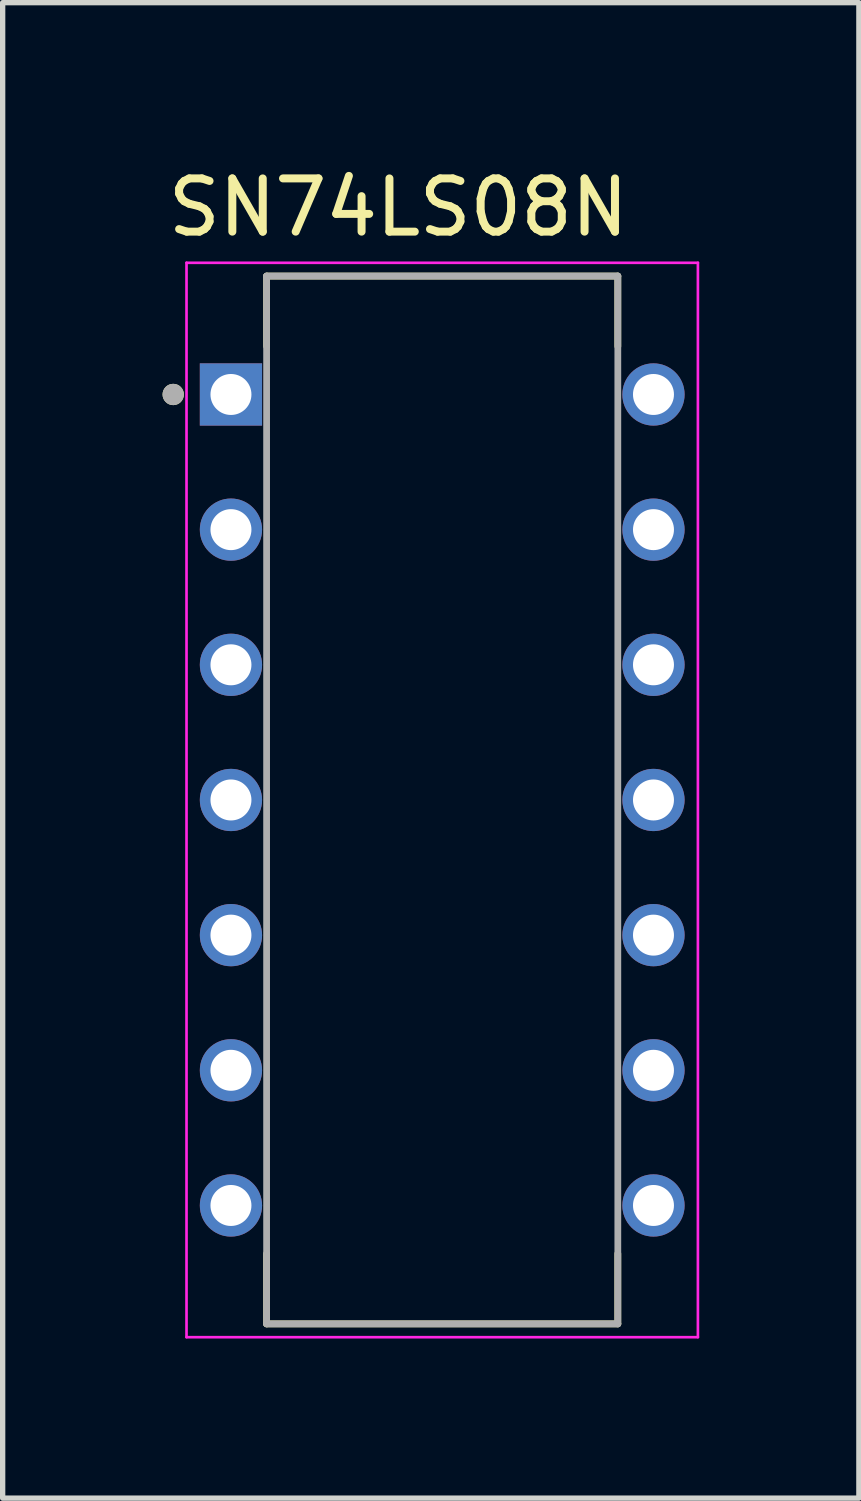
<source format=kicad_pcb>
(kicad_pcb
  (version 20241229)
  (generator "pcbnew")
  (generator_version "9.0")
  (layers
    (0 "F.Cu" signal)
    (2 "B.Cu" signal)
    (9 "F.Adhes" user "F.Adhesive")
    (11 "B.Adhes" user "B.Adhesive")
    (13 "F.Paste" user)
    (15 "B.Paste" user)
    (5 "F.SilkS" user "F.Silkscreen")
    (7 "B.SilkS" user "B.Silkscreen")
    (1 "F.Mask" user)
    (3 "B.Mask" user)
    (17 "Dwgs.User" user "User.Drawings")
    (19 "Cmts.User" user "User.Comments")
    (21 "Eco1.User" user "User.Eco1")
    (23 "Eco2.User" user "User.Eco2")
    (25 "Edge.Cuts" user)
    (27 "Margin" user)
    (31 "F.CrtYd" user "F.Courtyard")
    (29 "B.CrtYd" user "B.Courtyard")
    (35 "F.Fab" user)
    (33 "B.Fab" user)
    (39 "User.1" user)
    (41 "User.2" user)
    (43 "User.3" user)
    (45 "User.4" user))
  (footprint "SN74LS08N"
    (layer "F.Cu")
    (at 5.26 11.983)
    (property "Reference" "SN74LS08N" (at -0.825 -11.135 0) (layer "F.SilkS") (effects (font (size 1 1) (thickness 0.15))))
    (attr through_hole)
    (fp_line (start -3.3 -9.845) (end 3.3 -9.845) (stroke (width 0.127) (type solid)) (layer "F.SilkS"))
    (fp_line (start -3.3 -8.525) (end -3.3 -9.845) (stroke (width 0.127) (type solid)) (layer "F.SilkS"))
    (fp_line (start -3.3 9.845) (end -3.3 8.525) (stroke (width 0.127) (type solid)) (layer "F.SilkS"))
    (fp_line (start 3.3 -9.845) (end 3.3 -8.525) (stroke (width 0.127) (type solid)) (layer "F.SilkS"))
    (fp_line (start 3.3 8.525) (end 3.3 9.845) (stroke (width 0.127) (type solid)) (layer "F.SilkS"))
    (fp_line (start 3.3 9.845) (end -3.3 9.845) (stroke (width 0.127) (type solid)) (layer "F.SilkS"))
    (fp_circle (center -5.055 -7.62) (end -4.955 -7.62) (stroke (width 0.2) (type solid)) (fill no) (layer "F.SilkS"))
    (fp_line (start -4.805 -10.095) (end -4.805 10.095) (stroke (width 0.05) (type solid)) (layer "F.CrtYd"))
    (fp_line (start 4.805 -10.095) (end -4.805 -10.095) (stroke (width 0.05) (type solid)) (layer "F.CrtYd"))
    (fp_line (start 4.805 -10.095) (end 4.805 10.095) (stroke (width 0.05) (type solid)) (layer "F.CrtYd"))
    (fp_line (start 4.805 10.095) (end -4.805 10.095) (stroke (width 0.05) (type solid)) (layer "F.CrtYd"))
    (fp_line (start -3.3 -9.845) (end -3.3 9.845) (stroke (width 0.127) (type solid)) (layer "F.Fab"))
    (fp_line (start -3.3 -9.845) (end 3.3 -9.845) (stroke (width 0.127) (type solid)) (layer "F.Fab"))
    (fp_line (start -3.3 9.845) (end 3.3 9.845) (stroke (width 0.127) (type solid)) (layer "F.Fab"))
    (fp_line (start 3.3 -9.845) (end 3.3 9.845) (stroke (width 0.127) (type solid)) (layer "F.Fab"))
    (fp_circle (center -5.055 -7.62) (end -4.955 -7.62) (stroke (width 0.2) (type solid)) (fill no) (layer "F.Fab"))
    (pad "1" thru_hole rect (at -3.97 -7.62) (size 1.17 1.17) (drill 0.77) (layers "*.Cu" "*.Mask"))
    (pad "2" thru_hole circle (at -3.97 -5.08) (size 1.17 1.17) (drill 0.77) (layers "*.Cu" "*.Mask"))
    (pad "3" thru_hole circle (at -3.97 -2.54) (size 1.17 1.17) (drill 0.77) (layers "*.Cu" "*.Mask"))
    (pad "4" thru_hole circle (at -3.97 0) (size 1.17 1.17) (drill 0.77) (layers "*.Cu" "*.Mask"))
    (pad "5" thru_hole circle (at -3.97 2.54) (size 1.17 1.17) (drill 0.77) (layers "*.Cu" "*.Mask"))
    (pad "6" thru_hole circle (at -3.97 5.08) (size 1.17 1.17) (drill 0.77) (layers "*.Cu" "*.Mask"))
    (pad "7" thru_hole circle (at -3.97 7.62) (size 1.17 1.17) (drill 0.77) (layers "*.Cu" "*.Mask"))
    (pad "8" thru_hole circle (at 3.97 7.62) (size 1.17 1.17) (drill 0.77) (layers "*.Cu" "*.Mask"))
    (pad "9" thru_hole circle (at 3.97 5.08) (size 1.17 1.17) (drill 0.77) (layers "*.Cu" "*.Mask"))
    (pad "10" thru_hole circle (at 3.97 2.54) (size 1.17 1.17) (drill 0.77) (layers "*.Cu" "*.Mask"))
    (pad "11" thru_hole circle (at 3.97 0) (size 1.17 1.17) (drill 0.77) (layers "*.Cu" "*.Mask"))
    (pad "12" thru_hole circle (at 3.97 -2.54) (size 1.17 1.17) (drill 0.77) (layers "*.Cu" "*.Mask"))
    (pad "13" thru_hole circle (at 3.97 -5.08) (size 1.17 1.17) (drill 0.77) (layers "*.Cu" "*.Mask"))
    (pad "14" thru_hole circle (at 3.97 -7.62) (size 1.17 1.17) (drill 0.77) (layers "*.Cu" "*.Mask")))
  (gr_rect
    (start -3 -3)
    (end 13.09 25.103)
    (stroke (width 0.1) (type default))
    (fill no)
    (layer "Edge.Cuts")))
</source>
